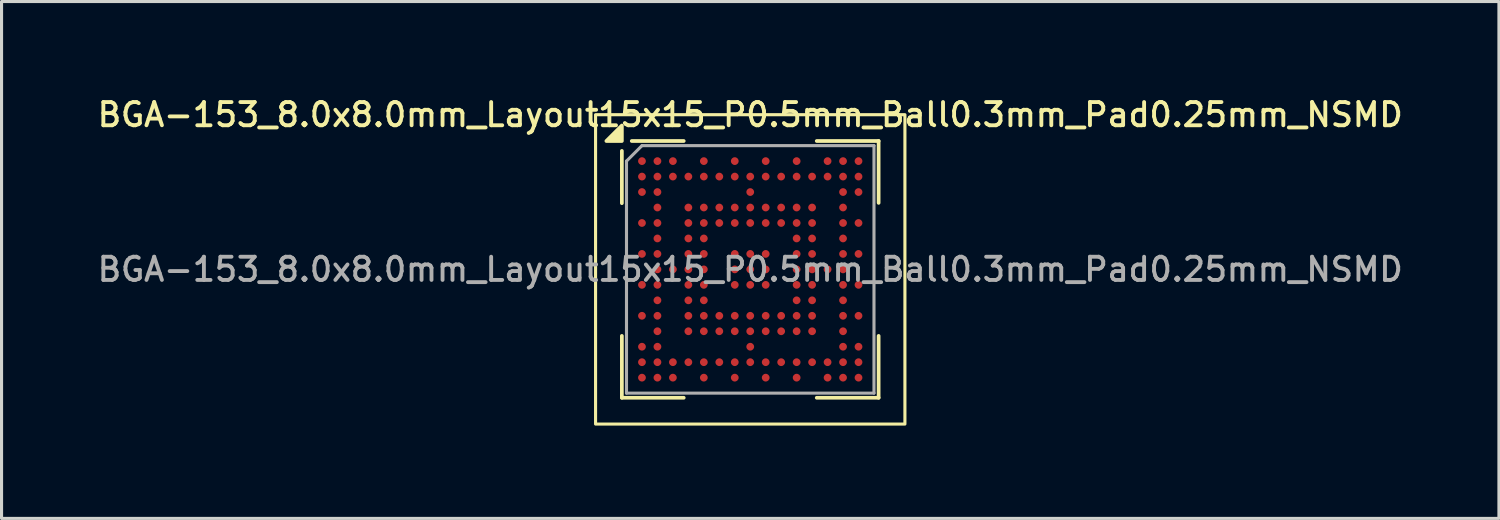
<source format=kicad_pcb>
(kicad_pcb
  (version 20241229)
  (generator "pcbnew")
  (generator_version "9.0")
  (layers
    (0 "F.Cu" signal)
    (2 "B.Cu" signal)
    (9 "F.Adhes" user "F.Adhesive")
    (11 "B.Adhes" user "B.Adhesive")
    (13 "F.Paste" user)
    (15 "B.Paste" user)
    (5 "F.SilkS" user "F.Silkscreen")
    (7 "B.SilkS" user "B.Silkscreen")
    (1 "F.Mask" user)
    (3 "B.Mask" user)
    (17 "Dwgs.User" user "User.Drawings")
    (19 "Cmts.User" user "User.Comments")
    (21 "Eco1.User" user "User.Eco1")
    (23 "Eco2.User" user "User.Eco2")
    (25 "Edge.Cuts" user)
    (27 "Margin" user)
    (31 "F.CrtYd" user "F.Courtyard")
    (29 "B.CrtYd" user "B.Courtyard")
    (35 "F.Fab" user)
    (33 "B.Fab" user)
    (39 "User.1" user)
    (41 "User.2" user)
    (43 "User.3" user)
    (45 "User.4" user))
  (footprint "BGA-153_8.0x8.0mm_Layout15x15_P0.5mm_Ball0.3mm_Pad0.25mm_NSMD"
    (layer "F.Cu")
    (at 21.202 5.658)
    (property "Reference" "BGA-153_8.0x8.0mm_Layout15x15_P0.5mm_Ball0.3mm_Pad0.25mm_NSMD" (at 0 -5 0) (layer "F.SilkS") (effects (font (size 0.75 0.75) (thickness 0.125))))
    (attr smd)
    (fp_line (start -4.15 -3.83) (end -4.15 -2.14) (stroke (width 0.12) (type solid)) (layer "F.SilkS"))
    (fp_line (start -4.15 4.15) (end -4.15 2.15) (stroke (width 0.12) (type solid)) (layer "F.SilkS"))
    (fp_line (start -2.15 -4.15) (end -3.83 -4.15) (stroke (width 0.12) (type solid)) (layer "F.SilkS"))
    (fp_line (start -2.15 4.15) (end -4.15 4.15) (stroke (width 0.12) (type solid)) (layer "F.SilkS"))
    (fp_line (start 2.15 -4.15) (end 4.15 -4.15) (stroke (width 0.12) (type solid)) (layer "F.SilkS"))
    (fp_line (start 2.15 4.15) (end 4.15 4.15) (stroke (width 0.12) (type solid)) (layer "F.SilkS"))
    (fp_line (start 4.15 -4.15) (end 4.15 -2.15) (stroke (width 0.12) (type solid)) (layer "F.SilkS"))
    (fp_line (start 4.15 4.15) (end 4.15 2.15) (stroke (width 0.12) (type solid)) (layer "F.SilkS"))
    (fp_rect (start 5 5) (end -5 -5) (stroke (width 0.1) (type solid)) (fill no) (layer "F.SilkS"))
    (fp_poly (pts (xy -4.15 -4.15) (xy -4.65 -4.15) (xy -4.15 -4.65) (xy -4.15 -4.15)) (stroke (width 0.12) (type solid)) (fill yes) (layer "F.SilkS"))
    (fp_line (start -4 -3.5) (end -4 4) (stroke (width 0.1) (type solid)) (layer "F.Fab"))
    (fp_line (start -4 4) (end 4 4) (stroke (width 0.1) (type solid)) (layer "F.Fab"))
    (fp_line (start -3.5 -4) (end -4 -3.5) (stroke (width 0.1) (type solid)) (layer "F.Fab"))
    (fp_line (start 4 -4) (end -3.5 -4) (stroke (width 0.1) (type solid)) (layer "F.Fab"))
    (fp_line (start 4 4) (end 4 -4) (stroke (width 0.1) (type solid)) (layer "F.Fab"))
    (fp_text user "${REFERENCE}" (at 0 0 0) (layer "F.Fab") (effects (font (size 0.75 0.75) (thickness 0.125))))
    (pad "A1" smd circle (at -3.5 -3.5) (size 0.25 0.25) (property pad_prop_bga) (layers "F.Cu" "F.Mask" "F.Paste"))
    (pad "A2" smd circle (at -3 -3.5) (size 0.25 0.25) (property pad_prop_bga) (layers "F.Cu" "F.Mask" "F.Paste"))
    (pad "A3" smd circle (at -2.5 -3.5) (size 0.25 0.25) (property pad_prop_bga) (layers "F.Cu" "F.Mask" "F.Paste"))
    (pad "A5" smd circle (at -1.5 -3.5) (size 0.25 0.25) (property pad_prop_bga) (layers "F.Cu" "F.Mask" "F.Paste"))
    (pad "A7" smd circle (at -0.5 -3.5) (size 0.25 0.25) (property pad_prop_bga) (layers "F.Cu" "F.Mask" "F.Paste"))
    (pad "A9" smd circle (at 0.5 -3.5) (size 0.25 0.25) (property pad_prop_bga) (layers "F.Cu" "F.Mask" "F.Paste"))
    (pad "A11" smd circle (at 1.5 -3.5) (size 0.25 0.25) (property pad_prop_bga) (layers "F.Cu" "F.Mask" "F.Paste"))
    (pad "A13" smd circle (at 2.5 -3.5) (size 0.25 0.25) (property pad_prop_bga) (layers "F.Cu" "F.Mask" "F.Paste"))
    (pad "A14" smd circle (at 3 -3.5) (size 0.25 0.25) (property pad_prop_bga) (layers "F.Cu" "F.Mask" "F.Paste"))
    (pad "A15" smd circle (at 3.5 -3.5) (size 0.25 0.25) (property pad_prop_bga) (layers "F.Cu" "F.Mask" "F.Paste"))
    (pad "B1" smd circle (at -3.5 -3) (size 0.25 0.25) (property pad_prop_bga) (layers "F.Cu" "F.Mask" "F.Paste"))
    (pad "B2" smd circle (at -3 -3) (size 0.25 0.25) (property pad_prop_bga) (layers "F.Cu" "F.Mask" "F.Paste"))
    (pad "B3" smd circle (at -2.5 -3) (size 0.25 0.25) (property pad_prop_bga) (layers "F.Cu" "F.Mask" "F.Paste"))
    (pad "B4" smd circle (at -2 -3) (size 0.25 0.25) (property pad_prop_bga) (layers "F.Cu" "F.Mask" "F.Paste"))
    (pad "B5" smd circle (at -1.5 -3) (size 0.25 0.25) (property pad_prop_bga) (layers "F.Cu" "F.Mask" "F.Paste"))
    (pad "B6" smd circle (at -1 -3) (size 0.25 0.25) (property pad_prop_bga) (layers "F.Cu" "F.Mask" "F.Paste"))
    (pad "B7" smd circle (at -0.5 -3) (size 0.25 0.25) (property pad_prop_bga) (layers "F.Cu" "F.Mask" "F.Paste"))
    (pad "B8" smd circle (at 0 -3) (size 0.25 0.25) (property pad_prop_bga) (layers "F.Cu" "F.Mask" "F.Paste"))
    (pad "B9" smd circle (at 0.5 -3) (size 0.25 0.25) (property pad_prop_bga) (layers "F.Cu" "F.Mask" "F.Paste"))
    (pad "B10" smd circle (at 1 -3) (size 0.25 0.25) (property pad_prop_bga) (layers "F.Cu" "F.Mask" "F.Paste"))
    (pad "B11" smd circle (at 1.5 -3) (size 0.25 0.25) (property pad_prop_bga) (layers "F.Cu" "F.Mask" "F.Paste"))
    (pad "B12" smd circle (at 2 -3) (size 0.25 0.25) (property pad_prop_bga) (layers "F.Cu" "F.Mask" "F.Paste"))
    (pad "B13" smd circle (at 2.5 -3) (size 0.25 0.25) (property pad_prop_bga) (layers "F.Cu" "F.Mask" "F.Paste"))
    (pad "B14" smd circle (at 3 -3) (size 0.25 0.25) (property pad_prop_bga) (layers "F.Cu" "F.Mask" "F.Paste"))
    (pad "B15" smd circle (at 3.5 -3) (size 0.25 0.25) (property pad_prop_bga) (layers "F.Cu" "F.Mask" "F.Paste"))
    (pad "C1" smd circle (at -3.5 -2.5) (size 0.25 0.25) (property pad_prop_bga) (layers "F.Cu" "F.Mask" "F.Paste"))
    (pad "C2" smd circle (at -3 -2.5) (size 0.25 0.25) (property pad_prop_bga) (layers "F.Cu" "F.Mask" "F.Paste"))
    (pad "C8" smd circle (at 0 -2.5) (size 0.25 0.25) (property pad_prop_bga) (layers "F.Cu" "F.Mask" "F.Paste"))
    (pad "C14" smd circle (at 3 -2.5) (size 0.25 0.25) (property pad_prop_bga) (layers "F.Cu" "F.Mask" "F.Paste"))
    (pad "C15" smd circle (at 3.5 -2.5) (size 0.25 0.25) (property pad_prop_bga) (layers "F.Cu" "F.Mask" "F.Paste"))
    (pad "D2" smd circle (at -3 -2) (size 0.25 0.25) (property pad_prop_bga) (layers "F.Cu" "F.Mask" "F.Paste"))
    (pad "D4" smd circle (at -2 -2) (size 0.25 0.25) (property pad_prop_bga) (layers "F.Cu" "F.Mask" "F.Paste"))
    (pad "D5" smd circle (at -1.5 -2) (size 0.25 0.25) (property pad_prop_bga) (layers "F.Cu" "F.Mask" "F.Paste"))
    (pad "D6" smd circle (at -1 -2) (size 0.25 0.25) (property pad_prop_bga) (layers "F.Cu" "F.Mask" "F.Paste"))
    (pad "D7" smd circle (at -0.5 -2) (size 0.25 0.25) (property pad_prop_bga) (layers "F.Cu" "F.Mask" "F.Paste"))
    (pad "D8" smd circle (at 0 -2) (size 0.25 0.25) (property pad_prop_bga) (layers "F.Cu" "F.Mask" "F.Paste"))
    (pad "D9" smd circle (at 0.5 -2) (size 0.25 0.25) (property pad_prop_bga) (layers "F.Cu" "F.Mask" "F.Paste"))
    (pad "D10" smd circle (at 1 -2) (size 0.25 0.25) (property pad_prop_bga) (layers "F.Cu" "F.Mask" "F.Paste"))
    (pad "D11" smd circle (at 1.5 -2) (size 0.25 0.25) (property pad_prop_bga) (layers "F.Cu" "F.Mask" "F.Paste"))
    (pad "D12" smd circle (at 2 -2) (size 0.25 0.25) (property pad_prop_bga) (layers "F.Cu" "F.Mask" "F.Paste"))
    (pad "D14" smd circle (at 3 -2) (size 0.25 0.25) (property pad_prop_bga) (layers "F.Cu" "F.Mask" "F.Paste"))
    (pad "E1" smd circle (at -3.5 -1.5) (size 0.25 0.25) (property pad_prop_bga) (layers "F.Cu" "F.Mask" "F.Paste"))
    (pad "E2" smd circle (at -3 -1.5) (size 0.25 0.25) (property pad_prop_bga) (layers "F.Cu" "F.Mask" "F.Paste"))
    (pad "E4" smd circle (at -2 -1.5) (size 0.25 0.25) (property pad_prop_bga) (layers "F.Cu" "F.Mask" "F.Paste"))
    (pad "E5" smd circle (at -1.5 -1.5) (size 0.25 0.25) (property pad_prop_bga) (layers "F.Cu" "F.Mask" "F.Paste"))
    (pad "E6" smd circle (at -1 -1.5) (size 0.25 0.25) (property pad_prop_bga) (layers "F.Cu" "F.Mask" "F.Paste"))
    (pad "E7" smd circle (at -0.5 -1.5) (size 0.25 0.25) (property pad_prop_bga) (layers "F.Cu" "F.Mask" "F.Paste"))
    (pad "E8" smd circle (at 0 -1.5) (size 0.25 0.25) (property pad_prop_bga) (layers "F.Cu" "F.Mask" "F.Paste"))
    (pad "E9" smd circle (at 0.5 -1.5) (size 0.25 0.25) (property pad_prop_bga) (layers "F.Cu" "F.Mask" "F.Paste"))
    (pad "E10" smd circle (at 1 -1.5) (size 0.25 0.25) (property pad_prop_bga) (layers "F.Cu" "F.Mask" "F.Paste"))
    (pad "E11" smd circle (at 1.5 -1.5) (size 0.25 0.25) (property pad_prop_bga) (layers "F.Cu" "F.Mask" "F.Paste"))
    (pad "E12" smd circle (at 2 -1.5) (size 0.25 0.25) (property pad_prop_bga) (layers "F.Cu" "F.Mask" "F.Paste"))
    (pad "E14" smd circle (at 3 -1.5) (size 0.25 0.25) (property pad_prop_bga) (layers "F.Cu" "F.Mask" "F.Paste"))
    (pad "E15" smd circle (at 3.5 -1.5) (size 0.25 0.25) (property pad_prop_bga) (layers "F.Cu" "F.Mask" "F.Paste"))
    (pad "F2" smd circle (at -3 -1) (size 0.25 0.25) (property pad_prop_bga) (layers "F.Cu" "F.Mask" "F.Paste"))
    (pad "F4" smd circle (at -2 -1) (size 0.25 0.25) (property pad_prop_bga) (layers "F.Cu" "F.Mask" "F.Paste"))
    (pad "F5" smd circle (at -1.5 -1) (size 0.25 0.25) (property pad_prop_bga) (layers "F.Cu" "F.Mask" "F.Paste"))
    (pad "F11" smd circle (at 1.5 -1) (size 0.25 0.25) (property pad_prop_bga) (layers "F.Cu" "F.Mask" "F.Paste"))
    (pad "F12" smd circle (at 2 -1) (size 0.25 0.25) (property pad_prop_bga) (layers "F.Cu" "F.Mask" "F.Paste"))
    (pad "F14" smd circle (at 3 -1) (size 0.25 0.25) (property pad_prop_bga) (layers "F.Cu" "F.Mask" "F.Paste"))
    (pad "G1" smd circle (at -3.5 -0.5) (size 0.25 0.25) (property pad_prop_bga) (layers "F.Cu" "F.Mask" "F.Paste"))
    (pad "G2" smd circle (at -3 -0.5) (size 0.25 0.25) (property pad_prop_bga) (layers "F.Cu" "F.Mask" "F.Paste"))
    (pad "G4" smd circle (at -2 -0.5) (size 0.25 0.25) (property pad_prop_bga) (layers "F.Cu" "F.Mask" "F.Paste"))
    (pad "G5" smd circle (at -1.5 -0.5) (size 0.25 0.25) (property pad_prop_bga) (layers "F.Cu" "F.Mask" "F.Paste"))
    (pad "G7" smd circle (at -0.5 -0.5) (size 0.25 0.25) (property pad_prop_bga) (layers "F.Cu" "F.Mask" "F.Paste"))
    (pad "G8" smd circle (at 0 -0.5) (size 0.25 0.25) (property pad_prop_bga) (layers "F.Cu" "F.Mask" "F.Paste"))
    (pad "G9" smd circle (at 0.5 -0.5) (size 0.25 0.25) (property pad_prop_bga) (layers "F.Cu" "F.Mask" "F.Paste"))
    (pad "G11" smd circle (at 1.5 -0.5) (size 0.25 0.25) (property pad_prop_bga) (layers "F.Cu" "F.Mask" "F.Paste"))
    (pad "G12" smd circle (at 2 -0.5) (size 0.25 0.25) (property pad_prop_bga) (layers "F.Cu" "F.Mask" "F.Paste"))
    (pad "G14" smd circle (at 3 -0.5) (size 0.25 0.25) (property pad_prop_bga) (layers "F.Cu" "F.Mask" "F.Paste"))
    (pad "G15" smd circle (at 3.5 -0.5) (size 0.25 0.25) (property pad_prop_bga) (layers "F.Cu" "F.Mask" "F.Paste"))
    (pad "H2" smd circle (at -3 0) (size 0.25 0.25) (property pad_prop_bga) (layers "F.Cu" "F.Mask" "F.Paste"))
    (pad "H3" smd circle (at -2.5 0) (size 0.25 0.25) (property pad_prop_bga) (layers "F.Cu" "F.Mask" "F.Paste"))
    (pad "H4" smd circle (at -2 0) (size 0.25 0.25) (property pad_prop_bga) (layers "F.Cu" "F.Mask" "F.Paste"))
    (pad "H5" smd circle (at -1.5 0) (size 0.25 0.25) (property pad_prop_bga) (layers "F.Cu" "F.Mask" "F.Paste"))
    (pad "H7" smd circle (at -0.5 0) (size 0.25 0.25) (property pad_prop_bga) (layers "F.Cu" "F.Mask" "F.Paste"))
    (pad "H8" smd circle (at 0 0) (size 0.25 0.25) (property pad_prop_bga) (layers "F.Cu" "F.Mask" "F.Paste"))
    (pad "H9" smd circle (at 0.5 0) (size 0.25 0.25) (property pad_prop_bga) (layers "F.Cu" "F.Mask" "F.Paste"))
    (pad "H11" smd circle (at 1.5 0) (size 0.25 0.25) (property pad_prop_bga) (layers "F.Cu" "F.Mask" "F.Paste"))
    (pad "H12" smd circle (at 2 0) (size 0.25 0.25) (property pad_prop_bga) (layers "F.Cu" "F.Mask" "F.Paste"))
    (pad "H13" smd circle (at 2.5 0) (size 0.25 0.25) (property pad_prop_bga) (layers "F.Cu" "F.Mask" "F.Paste"))
    (pad "H14" smd circle (at 3 0) (size 0.25 0.25) (property pad_prop_bga) (layers "F.Cu" "F.Mask" "F.Paste"))
    (pad "J1" smd circle (at -3.5 0.5) (size 0.25 0.25) (property pad_prop_bga) (layers "F.Cu" "F.Mask" "F.Paste"))
    (pad "J2" smd circle (at -3 0.5) (size 0.25 0.25) (property pad_prop_bga) (layers "F.Cu" "F.Mask" "F.Paste"))
    (pad "J4" smd circle (at -2 0.5) (size 0.25 0.25) (property pad_prop_bga) (layers "F.Cu" "F.Mask" "F.Paste"))
    (pad "J5" smd circle (at -1.5 0.5) (size 0.25 0.25) (property pad_prop_bga) (layers "F.Cu" "F.Mask" "F.Paste"))
    (pad "J7" smd circle (at -0.5 0.5) (size 0.25 0.25) (property pad_prop_bga) (layers "F.Cu" "F.Mask" "F.Paste"))
    (pad "J8" smd circle (at 0 0.5) (size 0.25 0.25) (property pad_prop_bga) (layers "F.Cu" "F.Mask" "F.Paste"))
    (pad "J9" smd circle (at 0.5 0.5) (size 0.25 0.25) (property pad_prop_bga) (layers "F.Cu" "F.Mask" "F.Paste"))
    (pad "J11" smd circle (at 1.5 0.5) (size 0.25 0.25) (property pad_prop_bga) (layers "F.Cu" "F.Mask" "F.Paste"))
    (pad "J12" smd circle (at 2 0.5) (size 0.25 0.25) (property pad_prop_bga) (layers "F.Cu" "F.Mask" "F.Paste"))
    (pad "J14" smd circle (at 3 0.5) (size 0.25 0.25) (property pad_prop_bga) (layers "F.Cu" "F.Mask" "F.Paste"))
    (pad "J15" smd circle (at 3.5 0.5) (size 0.25 0.25) (property pad_prop_bga) (layers "F.Cu" "F.Mask" "F.Paste"))
    (pad "K2" smd circle (at -3 1) (size 0.25 0.25) (property pad_prop_bga) (layers "F.Cu" "F.Mask" "F.Paste"))
    (pad "K4" smd circle (at -2 1) (size 0.25 0.25) (property pad_prop_bga) (layers "F.Cu" "F.Mask" "F.Paste"))
    (pad "K5" smd circle (at -1.5 1) (size 0.25 0.25) (property pad_prop_bga) (layers "F.Cu" "F.Mask" "F.Paste"))
    (pad "K11" smd circle (at 1.5 1) (size 0.25 0.25) (property pad_prop_bga) (layers "F.Cu" "F.Mask" "F.Paste"))
    (pad "K12" smd circle (at 2 1) (size 0.25 0.25) (property pad_prop_bga) (layers "F.Cu" "F.Mask" "F.Paste"))
    (pad "K14" smd circle (at 3 1) (size 0.25 0.25) (property pad_prop_bga) (layers "F.Cu" "F.Mask" "F.Paste"))
    (pad "L1" smd circle (at -3.5 1.5) (size 0.25 0.25) (property pad_prop_bga) (layers "F.Cu" "F.Mask" "F.Paste"))
    (pad "L2" smd circle (at -3 1.5) (size 0.25 0.25) (property pad_prop_bga) (layers "F.Cu" "F.Mask" "F.Paste"))
    (pad "L4" smd circle (at -2 1.5) (size 0.25 0.25) (property pad_prop_bga) (layers "F.Cu" "F.Mask" "F.Paste"))
    (pad "L5" smd circle (at -1.5 1.5) (size 0.25 0.25) (property pad_prop_bga) (layers "F.Cu" "F.Mask" "F.Paste"))
    (pad "L6" smd circle (at -1 1.5) (size 0.25 0.25) (property pad_prop_bga) (layers "F.Cu" "F.Mask" "F.Paste"))
    (pad "L7" smd circle (at -0.5 1.5) (size 0.25 0.25) (property pad_prop_bga) (layers "F.Cu" "F.Mask" "F.Paste"))
    (pad "L8" smd circle (at 0 1.5) (size 0.25 0.25) (property pad_prop_bga) (layers "F.Cu" "F.Mask" "F.Paste"))
    (pad "L9" smd circle (at 0.5 1.5) (size 0.25 0.25) (property pad_prop_bga) (layers "F.Cu" "F.Mask" "F.Paste"))
    (pad "L10" smd circle (at 1 1.5) (size 0.25 0.25) (property pad_prop_bga) (layers "F.Cu" "F.Mask" "F.Paste"))
    (pad "L11" smd circle (at 1.5 1.5) (size 0.25 0.25) (property pad_prop_bga) (layers "F.Cu" "F.Mask" "F.Paste"))
    (pad "L12" smd circle (at 2 1.5) (size 0.25 0.25) (property pad_prop_bga) (layers "F.Cu" "F.Mask" "F.Paste"))
    (pad "L14" smd circle (at 3 1.5) (size 0.25 0.25) (property pad_prop_bga) (layers "F.Cu" "F.Mask" "F.Paste"))
    (pad "L15" smd circle (at 3.5 1.5) (size 0.25 0.25) (property pad_prop_bga) (layers "F.Cu" "F.Mask" "F.Paste"))
    (pad "M2" smd circle (at -3 2) (size 0.25 0.25) (property pad_prop_bga) (layers "F.Cu" "F.Mask" "F.Paste"))
    (pad "M4" smd circle (at -2 2) (size 0.25 0.25) (property pad_prop_bga) (layers "F.Cu" "F.Mask" "F.Paste"))
    (pad "M5" smd circle (at -1.5 2) (size 0.25 0.25) (property pad_prop_bga) (layers "F.Cu" "F.Mask" "F.Paste"))
    (pad "M6" smd circle (at -1 2) (size 0.25 0.25) (property pad_prop_bga) (layers "F.Cu" "F.Mask" "F.Paste"))
    (pad "M7" smd circle (at -0.5 2) (size 0.25 0.25) (property pad_prop_bga) (layers "F.Cu" "F.Mask" "F.Paste"))
    (pad "M8" smd circle (at 0 2) (size 0.25 0.25) (property pad_prop_bga) (layers "F.Cu" "F.Mask" "F.Paste"))
    (pad "M9" smd circle (at 0.5 2) (size 0.25 0.25) (property pad_prop_bga) (layers "F.Cu" "F.Mask" "F.Paste"))
    (pad "M10" smd circle (at 1 2) (size 0.25 0.25) (property pad_prop_bga) (layers "F.Cu" "F.Mask" "F.Paste"))
    (pad "M11" smd circle (at 1.5 2) (size 0.25 0.25) (property pad_prop_bga) (layers "F.Cu" "F.Mask" "F.Paste"))
    (pad "M12" smd circle (at 2 2) (size 0.25 0.25) (property pad_prop_bga) (layers "F.Cu" "F.Mask" "F.Paste"))
    (pad "M14" smd circle (at 3 2) (size 0.25 0.25) (property pad_prop_bga) (layers "F.Cu" "F.Mask" "F.Paste"))
    (pad "N1" smd circle (at -3.5 2.5) (size 0.25 0.25) (property pad_prop_bga) (layers "F.Cu" "F.Mask" "F.Paste"))
    (pad "N2" smd circle (at -3 2.5) (size 0.25 0.25) (property pad_prop_bga) (layers "F.Cu" "F.Mask" "F.Paste"))
    (pad "N8" smd circle (at 0 2.5) (size 0.25 0.25) (property pad_prop_bga) (layers "F.Cu" "F.Mask" "F.Paste"))
    (pad "N14" smd circle (at 3 2.5) (size 0.25 0.25) (property pad_prop_bga) (layers "F.Cu" "F.Mask" "F.Paste"))
    (pad "N15" smd circle (at 3.5 2.5) (size 0.25 0.25) (property pad_prop_bga) (layers "F.Cu" "F.Mask" "F.Paste"))
    (pad "P1" smd circle (at -3.5 3) (size 0.25 0.25) (property pad_prop_bga) (layers "F.Cu" "F.Mask" "F.Paste"))
    (pad "P2" smd circle (at -3 3) (size 0.25 0.25) (property pad_prop_bga) (layers "F.Cu" "F.Mask" "F.Paste"))
    (pad "P3" smd circle (at -2.5 3) (size 0.25 0.25) (property pad_prop_bga) (layers "F.Cu" "F.Mask" "F.Paste"))
    (pad "P4" smd circle (at -2 3) (size 0.25 0.25) (property pad_prop_bga) (layers "F.Cu" "F.Mask" "F.Paste"))
    (pad "P5" smd circle (at -1.5 3) (size 0.25 0.25) (property pad_prop_bga) (layers "F.Cu" "F.Mask" "F.Paste"))
    (pad "P6" smd circle (at -1 3) (size 0.25 0.25) (property pad_prop_bga) (layers "F.Cu" "F.Mask" "F.Paste"))
    (pad "P7" smd circle (at -0.5 3) (size 0.25 0.25) (property pad_prop_bga) (layers "F.Cu" "F.Mask" "F.Paste"))
    (pad "P8" smd circle (at 0 3) (size 0.25 0.25) (property pad_prop_bga) (layers "F.Cu" "F.Mask" "F.Paste"))
    (pad "P9" smd circle (at 0.5 3) (size 0.25 0.25) (property pad_prop_bga) (layers "F.Cu" "F.Mask" "F.Paste"))
    (pad "P10" smd circle (at 1 3) (size 0.25 0.25) (property pad_prop_bga) (layers "F.Cu" "F.Mask" "F.Paste"))
    (pad "P11" smd circle (at 1.5 3) (size 0.25 0.25) (property pad_prop_bga) (layers "F.Cu" "F.Mask" "F.Paste"))
    (pad "P12" smd circle (at 2 3) (size 0.25 0.25) (property pad_prop_bga) (layers "F.Cu" "F.Mask" "F.Paste"))
    (pad "P13" smd circle (at 2.5 3) (size 0.25 0.25) (property pad_prop_bga) (layers "F.Cu" "F.Mask" "F.Paste"))
    (pad "P14" smd circle (at 3 3) (size 0.25 0.25) (property pad_prop_bga) (layers "F.Cu" "F.Mask" "F.Paste"))
    (pad "P15" smd circle (at 3.5 3) (size 0.25 0.25) (property pad_prop_bga) (layers "F.Cu" "F.Mask" "F.Paste"))
    (pad "R1" smd circle (at -3.5 3.5) (size 0.25 0.25) (property pad_prop_bga) (layers "F.Cu" "F.Mask" "F.Paste"))
    (pad "R2" smd circle (at -3 3.5) (size 0.25 0.25) (property pad_prop_bga) (layers "F.Cu" "F.Mask" "F.Paste"))
    (pad "R3" smd circle (at -2.5 3.5) (size 0.25 0.25) (property pad_prop_bga) (layers "F.Cu" "F.Mask" "F.Paste"))
    (pad "R5" smd circle (at -1.5 3.5) (size 0.25 0.25) (property pad_prop_bga) (layers "F.Cu" "F.Mask" "F.Paste"))
    (pad "R7" smd circle (at -0.5 3.5) (size 0.25 0.25) (property pad_prop_bga) (layers "F.Cu" "F.Mask" "F.Paste"))
    (pad "R9" smd circle (at 0.5 3.5) (size 0.25 0.25) (property pad_prop_bga) (layers "F.Cu" "F.Mask" "F.Paste"))
    (pad "R11" smd circle (at 1.5 3.5) (size 0.25 0.25) (property pad_prop_bga) (layers "F.Cu" "F.Mask" "F.Paste"))
    (pad "R13" smd circle (at 2.5 3.5) (size 0.25 0.25) (property pad_prop_bga) (layers "F.Cu" "F.Mask" "F.Paste"))
    (pad "R14" smd circle (at 3 3.5) (size 0.25 0.25) (property pad_prop_bga) (layers "F.Cu" "F.Mask" "F.Paste"))
    (pad "R15" smd circle (at 3.5 3.5) (size 0.25 0.25) (property pad_prop_bga) (layers "F.Cu" "F.Mask" "F.Paste")))
  (gr_rect
    (start -3 -3)
    (end 45.404 13.708)
    (stroke (width 0.1) (type default))
    (fill no)
    (layer "Edge.Cuts")))
</source>
